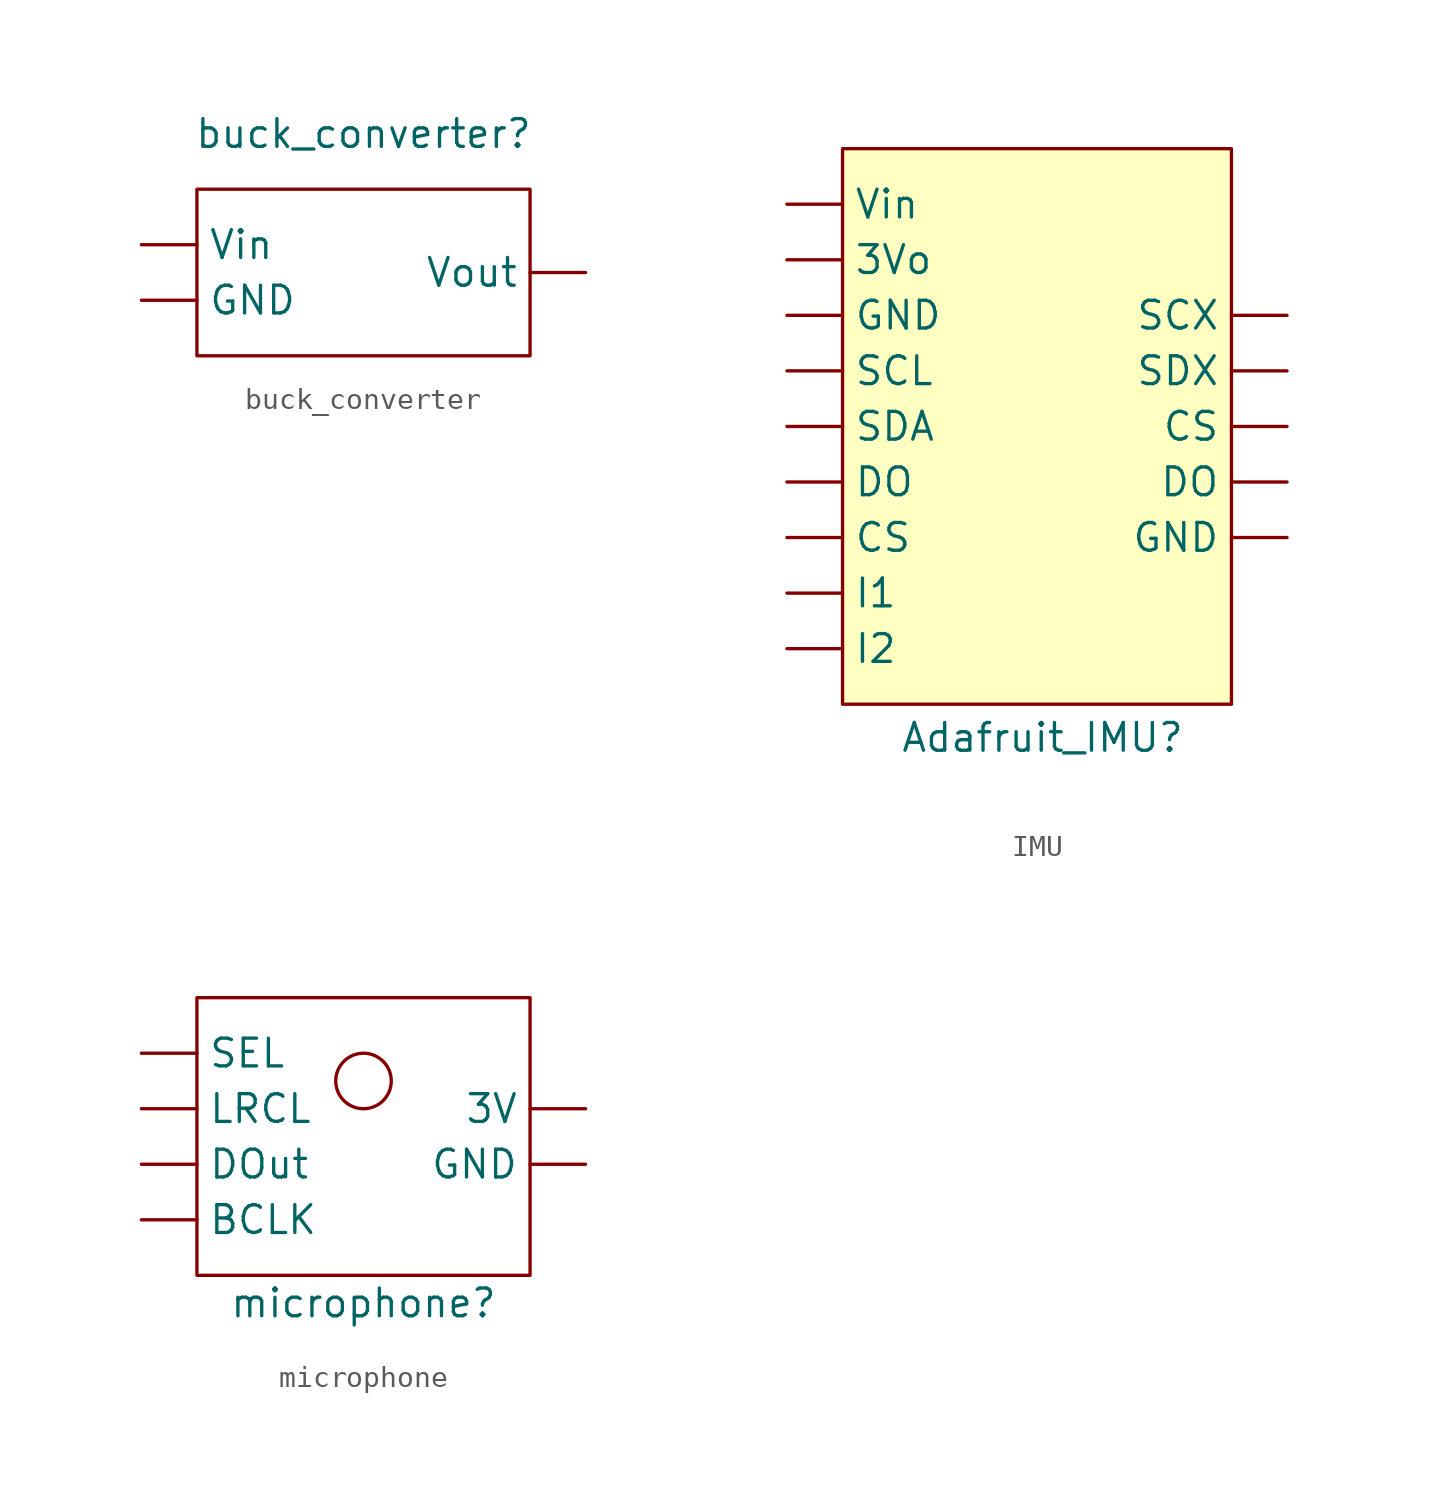
<source format=kicad_sym>
(kicad_symbol_lib
  (version 20241209)
  (generator "kicad_symbol_editor")
  (generator_version "9.0")
  (symbol "buck_converter"
    (property "Reference" "buck_converter"
      (at 0 0 0)
      (effects (font (size 1.27 1.27))))
    (property "Value" ""
      (at 0 0 0)
      (effects (font (size 1.27 1.27))))
    (symbol "buck_converter_0_1"
      (rectangle (start -7.62 -2.54) (end 7.62 -10.16) (stroke (width 0) (type default)) (fill (type none))))
    (symbol "buck_converter_1_1"
      (pin input line (at -10.16 -5.08 0) (length 2.54) (name "Vin" (effects (font (size 1.27 1.27)))) (number "" (effects (font (size 1.27 1.27)))))
      (pin power_out line (at -10.16 -7.62 0) (length 2.54) (name "GND" (effects (font (size 1.27 1.27)))) (number "" (effects (font (size 1.27 1.27)))))
      (pin output line (at 10.16 -6.35 180) (length 2.54) (name "Vout" (effects (font (size 1.27 1.27)))) (number "" (effects (font (size 1.27 1.27)))))))
  (symbol "IMU"
    (property "Reference" "Adafruit_IMU"
      (at 0.254 1.016 0)
      (effects (font (size 1.27 1.27))))
    (property "Value" ""
      (at 0 0 0)
      (effects (font (size 1.27 1.27))))
    (symbol "IMU_1_1"
      (rectangle (start -8.89 27.94) (end 8.89 2.54) (stroke (width 0) (type solid)) (fill (type background)))
      (pin power_in line (at -11.43 25.4 0) (length 2.54) (name "Vin" (effects (font (size 1.27 1.27)))) (number "" (effects (font (size 1.27 1.27)))))
      (pin power_out line (at -11.43 22.86 0) (length 2.54) (name "3Vo" (effects (font (size 1.27 1.27)))) (number "" (effects (font (size 1.27 1.27)))))
      (pin power_out line (at -11.43 20.32 0) (length 2.54) (name "GND" (effects (font (size 1.27 1.27)))) (number "" (effects (font (size 1.27 1.27)))))
      (pin output line (at -11.43 17.78 0) (length 2.54) (name "SCL" (effects (font (size 1.27 1.27)))) (number "" (effects (font (size 1.27 1.27)))))
      (pin unspecified line (at -11.43 15.24 0) (length 2.54) (name "SDA" (effects (font (size 1.27 1.27)))) (number "" (effects (font (size 1.27 1.27)))))
      (pin unspecified line (at -11.43 12.7 0) (length 2.54) (name "DO" (effects (font (size 1.27 1.27)))) (number "" (effects (font (size 1.27 1.27)))))
      (pin unspecified line (at -11.43 10.16 0) (length 2.54) (name "CS" (effects (font (size 1.27 1.27)))) (number "" (effects (font (size 1.27 1.27)))))
      (pin unspecified line (at -11.43 7.62 0) (length 2.54) (name "I1" (effects (font (size 1.27 1.27)))) (number "" (effects (font (size 1.27 1.27)))))
      (pin unspecified line (at -11.43 5.08 0) (length 2.54) (name "I2" (effects (font (size 1.27 1.27)))) (number "" (effects (font (size 1.27 1.27)))))
      (pin unspecified line (at 11.43 20.32 180) (length 2.54) (name "SCX" (effects (font (size 1.27 1.27)))) (number "" (effects (font (size 1.27 1.27)))))
      (pin unspecified line (at 11.43 17.78 180) (length 2.54) (name "SDX" (effects (font (size 1.27 1.27)))) (number "" (effects (font (size 1.27 1.27)))))
      (pin unspecified line (at 11.43 15.24 180) (length 2.54) (name "CS" (effects (font (size 1.27 1.27)))) (number "" (effects (font (size 1.27 1.27)))))
      (pin unspecified line (at 11.43 12.7 180) (length 2.54) (name "DO" (effects (font (size 1.27 1.27)))) (number "" (effects (font (size 1.27 1.27)))))
      (pin unspecified line (at 11.43 10.16 180) (length 2.54) (name "GND" (effects (font (size 1.27 1.27)))) (number "" (effects (font (size 1.27 1.27)))))))
  (symbol "microphone"
    (property "Reference" "microphone"
      (at 0 0 0)
      (effects (font (size 1.27 1.27))))
    (property "Value" ""
      (at 0 0 0)
      (effects (font (size 1.27 1.27))))
    (symbol "microphone_0_1"
      (rectangle (start -7.62 13.97) (end 7.62 1.27) (stroke (width 0) (type default)) (fill (type none)))
      (circle (center 0 10.16) (radius 1.27) (stroke (width 0) (type default)) (fill (type none))))
    (symbol "microphone_1_1"
      (pin unspecified line (at -10.16 11.43 0) (length 2.54) (name "SEL" (effects (font (size 1.27 1.27)))) (number "" (effects (font (size 1.27 1.27)))))
      (pin unspecified line (at -10.16 8.89 0) (length 2.54) (name "LRCL" (effects (font (size 1.27 1.27)))) (number "" (effects (font (size 1.27 1.27)))))
      (pin unspecified line (at -10.16 6.35 0) (length 2.54) (name "DOut" (effects (font (size 1.27 1.27)))) (number "" (effects (font (size 1.27 1.27)))))
      (pin unspecified line (at -10.16 3.81 0) (length 2.54) (name "BCLK" (effects (font (size 1.27 1.27)))) (number "" (effects (font (size 1.27 1.27)))))
      (pin unspecified line (at 10.16 8.89 180) (length 2.54) (name "3V" (effects (font (size 1.27 1.27)))) (number "" (effects (font (size 1.27 1.27)))))
      (pin unspecified line (at 10.16 6.35 180) (length 2.54) (name "GND" (effects (font (size 1.27 1.27)))) (number "" (effects (font (size 1.27 1.27))))))))
</source>
